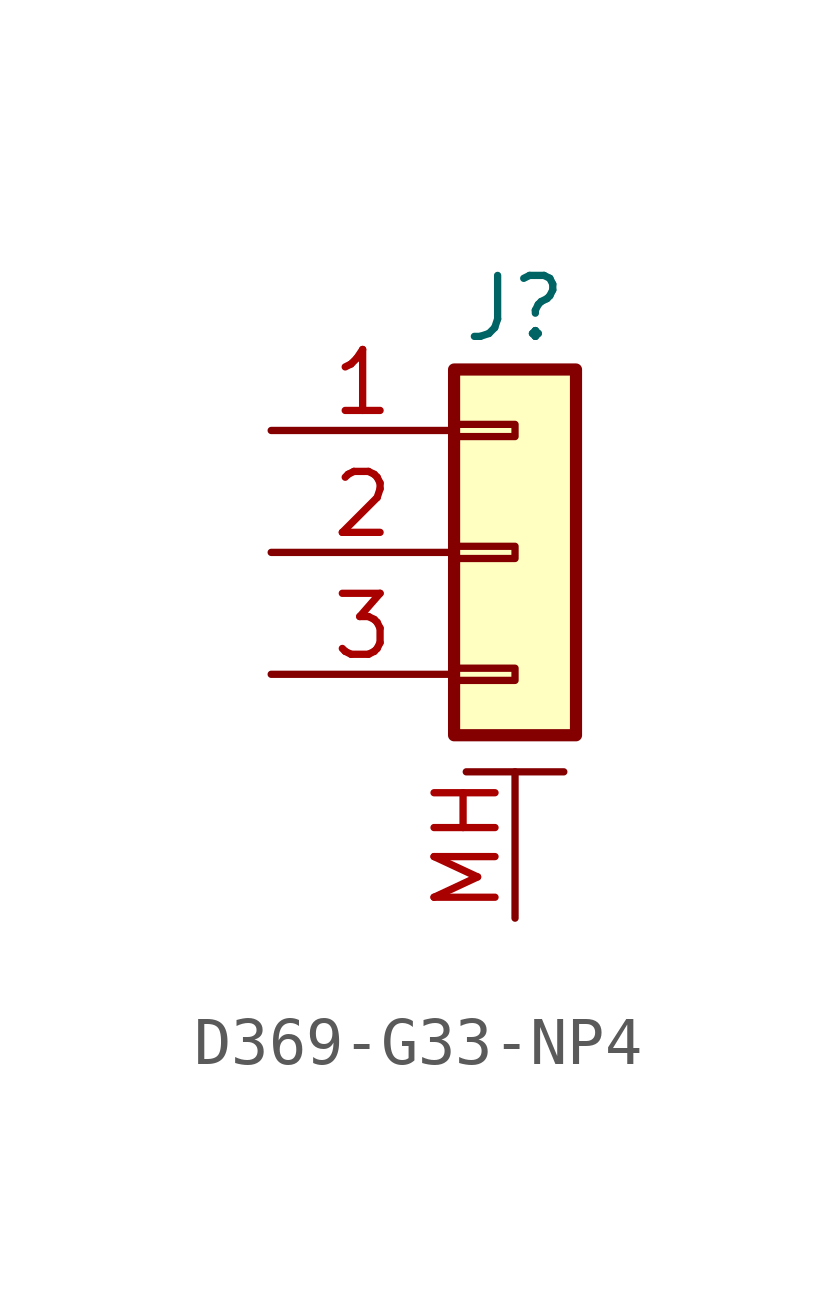
<source format=kicad_sym>
(kicad_symbol_lib
  (version 20220914)
  (generator kicad_symbol_editor)
  (symbol "D369-G33-NP4"
    (pin_names hide)
    (property "Reference" "J"
      (at 0 5.08 0)
      (effects (font (size 1.27 1.27))))
    (property "Value" ""
      (at 0 5.08 0)
      (effects (font (size 1.27 1.27))))
    (symbol "D369-G33-NP4_1_1"
      (rectangle (start -1.27 -2.413) (end 0 -2.667) (stroke (width 0.152) (type default)) (fill (type none)))
      (rectangle (start -1.27 0.127) (end 0 -0.127) (stroke (width 0.152) (type default)) (fill (type none)))
      (rectangle (start -1.27 2.667) (end 0 2.413) (stroke (width 0.152) (type default)) (fill (type none)))
      (rectangle (start -1.27 3.81) (end 1.27 -3.81) (stroke (width 0.254) (type default)) (fill (type background)))
      (polyline (pts (xy -1.016 -4.572) (xy 1.016 -4.572)) (stroke (width 0.152) (type default)) (fill (type none)))
      (pin passive line (at -5.08 2.54 0) (length 3.81) (name "Pin_1" (effects (font (size 1.27 1.27)))) (number "1" (effects (font (size 1.27 1.27)))))
      (pin passive line (at -5.08 0 0) (length 3.81) (name "Pin_2" (effects (font (size 1.27 1.27)))) (number "2" (effects (font (size 1.27 1.27)))))
      (pin passive line (at -5.08 -2.54 0) (length 3.81) (name "Pin_3" (effects (font (size 1.27 1.27)))) (number "3" (effects (font (size 1.27 1.27)))))
      (pin passive line (at 0 -7.62 90) (length 3.048) (name "MountPin" (effects (font (size 1.27 1.27)))) (number "MH" (effects (font (size 1.27 1.27))))))))
</source>
